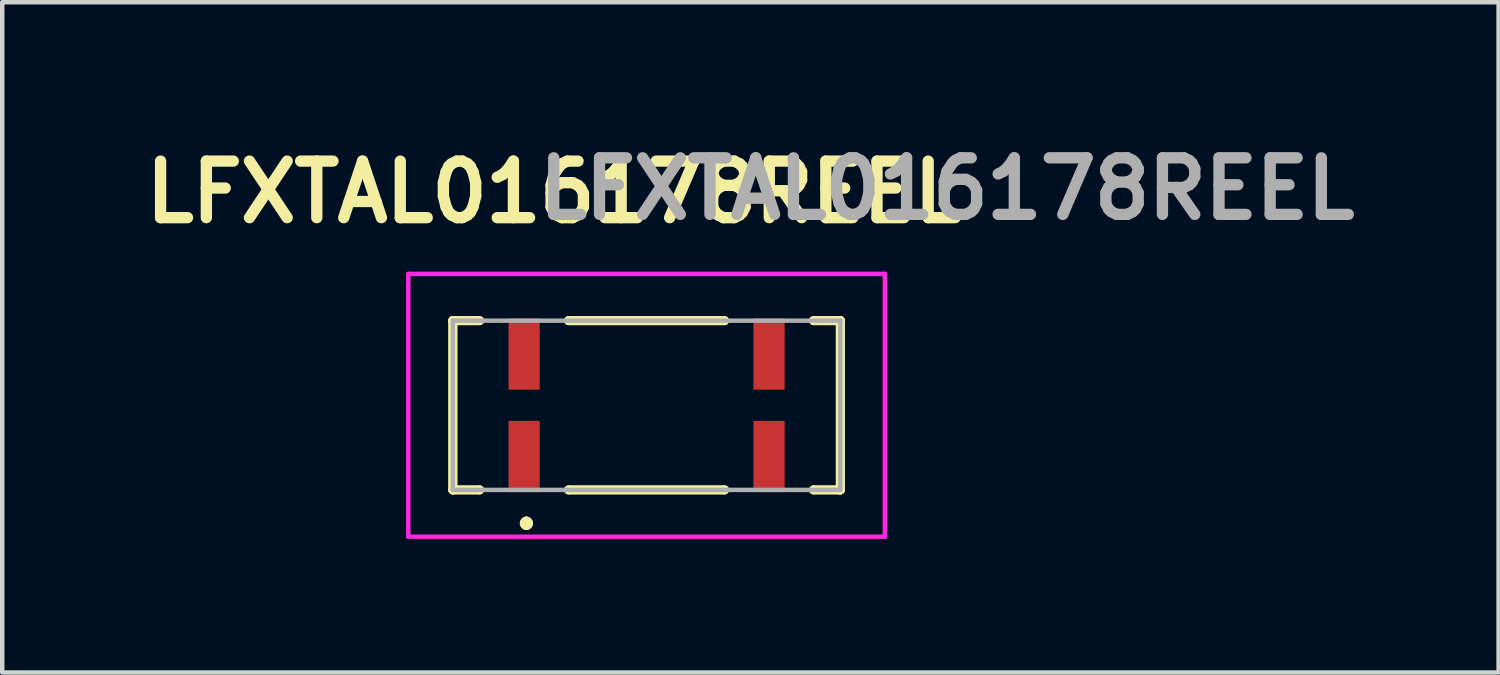
<source format=kicad_pcb>
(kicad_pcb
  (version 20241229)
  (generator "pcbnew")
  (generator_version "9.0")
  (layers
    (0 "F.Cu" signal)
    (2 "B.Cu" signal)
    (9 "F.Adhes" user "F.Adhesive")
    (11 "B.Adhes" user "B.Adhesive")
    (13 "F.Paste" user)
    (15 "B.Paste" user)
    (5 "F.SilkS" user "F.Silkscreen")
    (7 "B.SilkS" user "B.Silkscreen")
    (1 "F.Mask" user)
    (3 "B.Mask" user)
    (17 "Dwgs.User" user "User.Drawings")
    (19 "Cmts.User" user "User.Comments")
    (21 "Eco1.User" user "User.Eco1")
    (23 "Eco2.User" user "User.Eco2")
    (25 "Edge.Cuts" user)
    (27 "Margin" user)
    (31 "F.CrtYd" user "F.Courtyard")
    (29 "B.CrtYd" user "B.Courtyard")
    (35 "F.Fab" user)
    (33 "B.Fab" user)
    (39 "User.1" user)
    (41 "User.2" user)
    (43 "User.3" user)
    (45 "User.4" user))
  (footprint "LFXTAL016178REEL"
    (layer "F.Cu")
    (at 11.468 6.05)
    (property "Reference" "LFXTAL016178REEL" (at -2.083 -4.787 0) (layer "F.SilkS") (effects (font (size 1.27 1.27) (thickness 0.254))))
    (attr smd)
    (fp_line (start -4.35 -1.9) (end -4.35 -1.9) (stroke (width 0.2) (type solid)) (layer "F.SilkS"))
    (fp_line (start -4.35 -1.9) (end -4.35 -1.9) (stroke (width 0.2) (type solid)) (layer "F.SilkS"))
    (fp_line (start -4.35 -1.9) (end -4.35 1.9) (stroke (width 0.2) (type solid)) (layer "F.SilkS"))
    (fp_line (start -4.35 -1.9) (end -3.75 -1.9) (stroke (width 0.2) (type solid)) (layer "F.SilkS"))
    (fp_line (start -4.35 1.9) (end -4.35 -1.9) (stroke (width 0.2) (type solid)) (layer "F.SilkS"))
    (fp_line (start -4.35 1.9) (end -4.35 1.9) (stroke (width 0.2) (type solid)) (layer "F.SilkS"))
    (fp_line (start -4.35 1.9) (end -4.35 1.9) (stroke (width 0.2) (type solid)) (layer "F.SilkS"))
    (fp_line (start -4.35 1.9) (end -3.75 1.9) (stroke (width 0.2) (type solid)) (layer "F.SilkS"))
    (fp_line (start -3.75 -1.9) (end -4.35 -1.9) (stroke (width 0.2) (type solid)) (layer "F.SilkS"))
    (fp_line (start -3.75 -1.9) (end -3.75 -1.9) (stroke (width 0.2) (type solid)) (layer "F.SilkS"))
    (fp_line (start -3.75 1.9) (end -4.35 1.9) (stroke (width 0.2) (type solid)) (layer "F.SilkS"))
    (fp_line (start -3.75 1.9) (end -3.75 1.9) (stroke (width 0.2) (type solid)) (layer "F.SilkS"))
    (fp_line (start -2.7 2.6) (end -2.7 2.6) (stroke (width 0.2) (type solid)) (layer "F.SilkS"))
    (fp_line (start -2.7 2.7) (end -2.7 2.7) (stroke (width 0.2) (type solid)) (layer "F.SilkS"))
    (fp_line (start -2.7 2.7) (end -2.7 2.7) (stroke (width 0.2) (type solid)) (layer "F.SilkS"))
    (fp_line (start -1.75 -1.9) (end -1.75 -1.9) (stroke (width 0.2) (type solid)) (layer "F.SilkS"))
    (fp_line (start -1.75 -1.9) (end 1.75 -1.9) (stroke (width 0.2) (type solid)) (layer "F.SilkS"))
    (fp_line (start -1.75 1.9) (end -1.75 1.9) (stroke (width 0.2) (type solid)) (layer "F.SilkS"))
    (fp_line (start -1.75 1.9) (end 1.75 1.9) (stroke (width 0.2) (type solid)) (layer "F.SilkS"))
    (fp_line (start 1.75 -1.9) (end -1.75 -1.9) (stroke (width 0.2) (type solid)) (layer "F.SilkS"))
    (fp_line (start 1.75 -1.9) (end 1.75 -1.9) (stroke (width 0.2) (type solid)) (layer "F.SilkS"))
    (fp_line (start 1.75 1.9) (end -1.75 1.9) (stroke (width 0.2) (type solid)) (layer "F.SilkS"))
    (fp_line (start 1.75 1.9) (end 1.75 1.9) (stroke (width 0.2) (type solid)) (layer "F.SilkS"))
    (fp_line (start 3.75 -1.9) (end 3.75 -1.9) (stroke (width 0.2) (type solid)) (layer "F.SilkS"))
    (fp_line (start 3.75 -1.9) (end 4.35 -1.9) (stroke (width 0.2) (type solid)) (layer "F.SilkS"))
    (fp_line (start 3.75 1.9) (end 3.75 1.9) (stroke (width 0.2) (type solid)) (layer "F.SilkS"))
    (fp_line (start 3.75 1.9) (end 4.35 1.9) (stroke (width 0.2) (type solid)) (layer "F.SilkS"))
    (fp_line (start 4.35 -1.9) (end 3.75 -1.9) (stroke (width 0.2) (type solid)) (layer "F.SilkS"))
    (fp_line (start 4.35 -1.9) (end 4.35 -1.9) (stroke (width 0.2) (type solid)) (layer "F.SilkS"))
    (fp_line (start 4.35 -1.9) (end 4.35 -1.9) (stroke (width 0.2) (type solid)) (layer "F.SilkS"))
    (fp_line (start 4.35 -1.9) (end 4.35 1.9) (stroke (width 0.2) (type solid)) (layer "F.SilkS"))
    (fp_line (start 4.35 1.9) (end 3.75 1.9) (stroke (width 0.2) (type solid)) (layer "F.SilkS"))
    (fp_line (start 4.35 1.9) (end 4.35 -1.9) (stroke (width 0.2) (type solid)) (layer "F.SilkS"))
    (fp_line (start 4.35 1.9) (end 4.35 1.9) (stroke (width 0.2) (type solid)) (layer "F.SilkS"))
    (fp_line (start 4.35 1.9) (end 4.35 1.9) (stroke (width 0.2) (type solid)) (layer "F.SilkS"))
    (fp_arc (start -2.7 2.6) (mid -2.65 2.65) (end -2.7 2.7) (stroke (width 0.2) (type solid)) (layer "F.SilkS"))
    (fp_arc (start -2.7 2.6) (mid -2.65 2.65) (end -2.7 2.7) (stroke (width 0.2) (type solid)) (layer "F.SilkS"))
    (fp_arc (start -2.7 2.7) (mid -2.75 2.65) (end -2.7 2.6) (stroke (width 0.2) (type solid)) (layer "F.SilkS"))
    (fp_line (start -5.35 -2.95) (end 5.35 -2.95) (stroke (width 0.1) (type solid)) (layer "F.CrtYd"))
    (fp_line (start -5.35 2.95) (end -5.35 -2.95) (stroke (width 0.1) (type solid)) (layer "F.CrtYd"))
    (fp_line (start 5.35 -2.95) (end 5.35 2.95) (stroke (width 0.1) (type solid)) (layer "F.CrtYd"))
    (fp_line (start 5.35 2.95) (end -5.35 2.95) (stroke (width 0.1) (type solid)) (layer "F.CrtYd"))
    (fp_line (start -4.35 -1.9) (end -4.35 1.9) (stroke (width 0.1) (type solid)) (layer "F.Fab"))
    (fp_line (start -4.35 1.9) (end 4.35 1.9) (stroke (width 0.1) (type solid)) (layer "F.Fab"))
    (fp_line (start 4.35 -1.9) (end -4.35 -1.9) (stroke (width 0.1) (type solid)) (layer "F.Fab"))
    (fp_line (start 4.35 1.9) (end 4.35 -1.9) (stroke (width 0.1) (type solid)) (layer "F.Fab"))
    (fp_text user "${REFERENCE}" (at 6.745 -4.861 0) (layer "F.Fab") (effects (font (size 1.27 1.27) (thickness 0.254))))
    (pad "1" smd rect (at -2.75 1.15) (size 0.7 1.6) (layers "F.Cu" "F.Mask" "F.Paste"))
    (pad "2" smd rect (at 2.75 1.15) (size 0.7 1.6) (layers "F.Cu" "F.Mask" "F.Paste"))
    (pad "3" smd rect (at 2.75 -1.15) (size 0.7 1.6) (layers "F.Cu" "F.Mask" "F.Paste"))
    (pad "4" smd rect (at -2.75 -1.15) (size 0.7 1.6) (layers "F.Cu" "F.Mask" "F.Paste")))
  (gr_rect
    (start -3 -3)
    (end 30.599 12.05)
    (stroke (width 0.1) (type default))
    (fill no)
    (layer "Edge.Cuts")))
</source>
